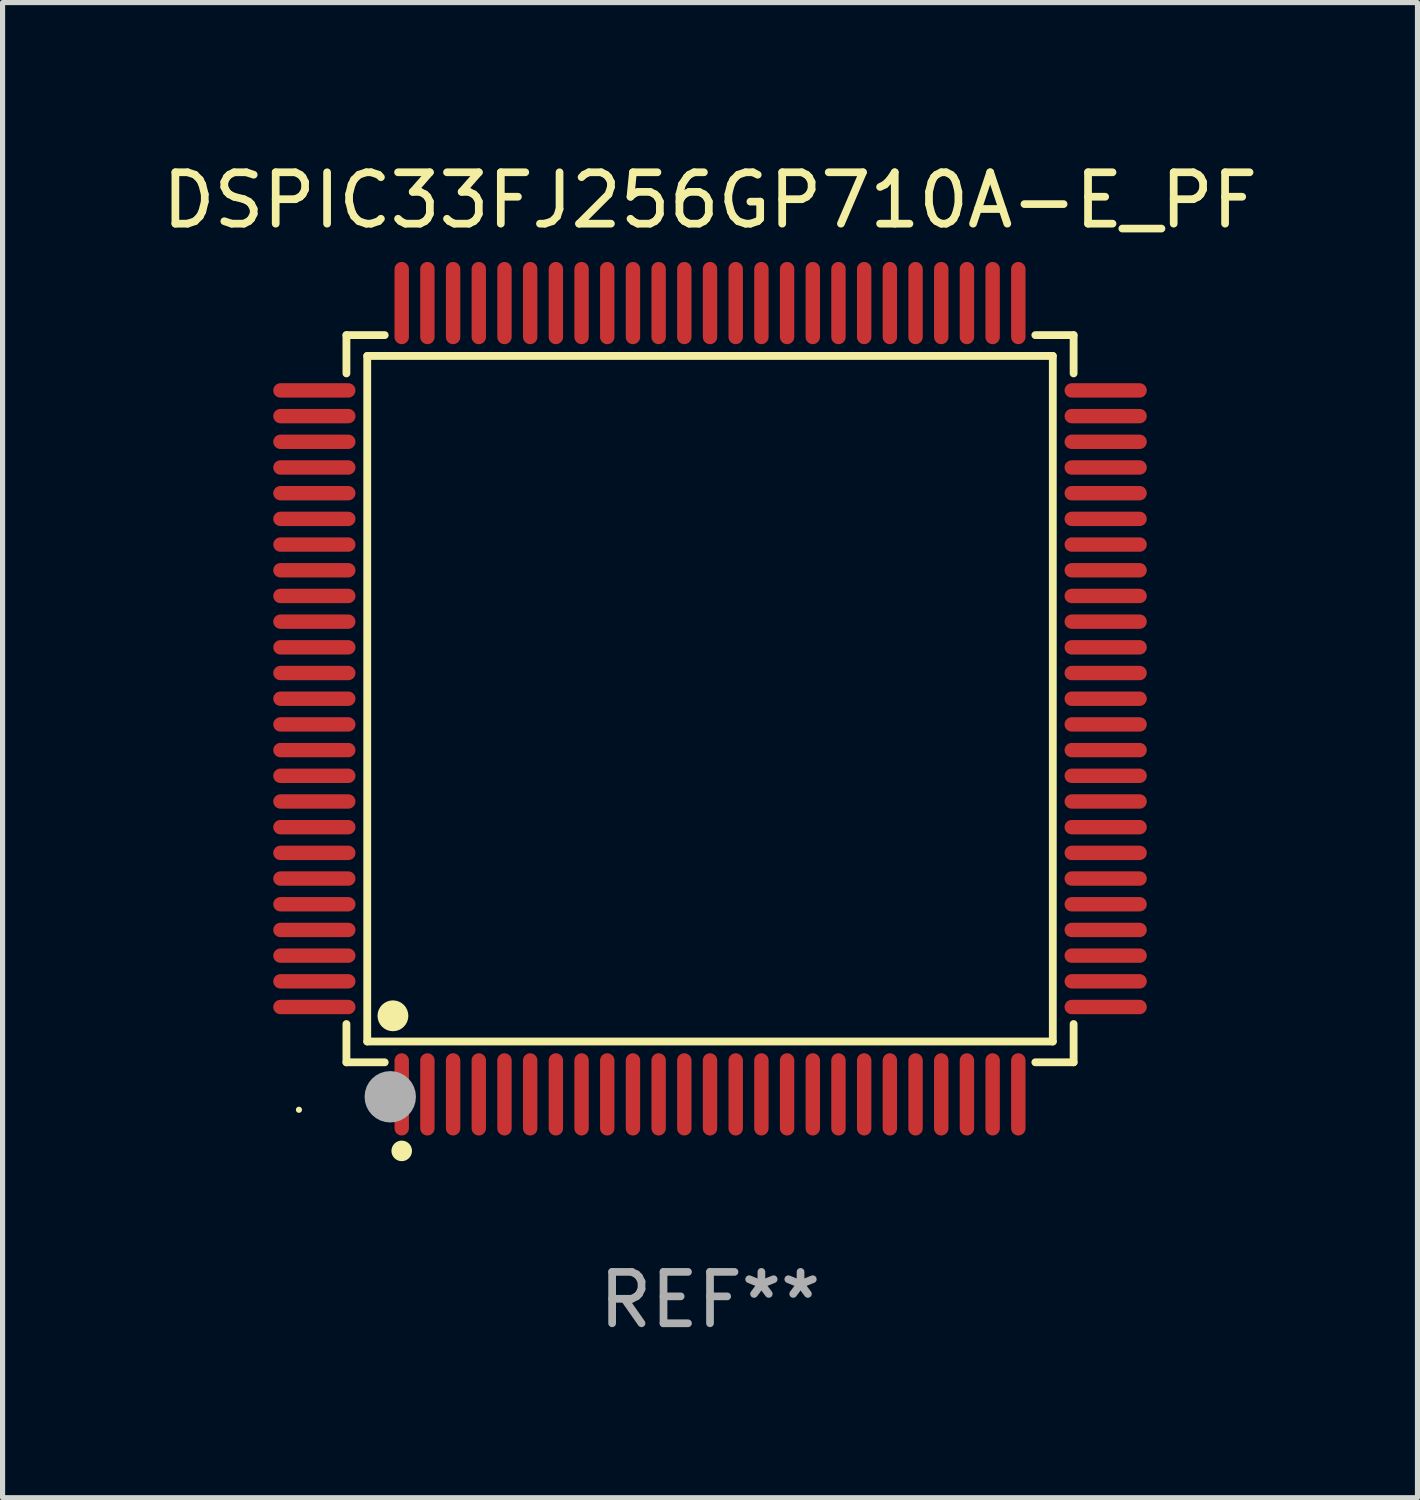
<source format=kicad_pcb>
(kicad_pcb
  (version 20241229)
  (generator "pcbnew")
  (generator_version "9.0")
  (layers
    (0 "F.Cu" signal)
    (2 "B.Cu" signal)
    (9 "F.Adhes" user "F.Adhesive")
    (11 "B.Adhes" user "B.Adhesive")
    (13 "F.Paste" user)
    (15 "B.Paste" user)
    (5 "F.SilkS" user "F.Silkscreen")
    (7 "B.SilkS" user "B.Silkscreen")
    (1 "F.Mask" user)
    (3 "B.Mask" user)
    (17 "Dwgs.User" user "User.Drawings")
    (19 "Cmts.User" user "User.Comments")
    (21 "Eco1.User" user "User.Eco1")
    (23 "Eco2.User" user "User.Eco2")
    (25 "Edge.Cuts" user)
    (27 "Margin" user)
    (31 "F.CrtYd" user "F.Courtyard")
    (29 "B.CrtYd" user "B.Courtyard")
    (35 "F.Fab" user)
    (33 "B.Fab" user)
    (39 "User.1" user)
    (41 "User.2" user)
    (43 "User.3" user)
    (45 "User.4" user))
  (footprint "DSPIC33FJ256GP710A-E_PF"
    (layer "F.Cu")
    (at 10.768 10.548)
    (property "Reference" "DSPIC33FJ256GP710A-E_PF" (at 0 -9.7 0) (layer "F.SilkS") (effects (font (size 1 1) (thickness 0.15))))
    (attr through_hole)
    (fp_line (start -7.076 -7.076) (end -6.331 -7.076) (stroke (width 0.152) (type solid)) (layer "F.SilkS"))
    (fp_line (start -7.076 -6.331) (end -7.076 -7.076) (stroke (width 0.152) (type solid)) (layer "F.SilkS"))
    (fp_line (start -7.076 6.331) (end -7.076 7.076) (stroke (width 0.152) (type solid)) (layer "F.SilkS"))
    (fp_line (start -7.076 7.076) (end -6.331 7.076) (stroke (width 0.152) (type solid)) (layer "F.SilkS"))
    (fp_line (start -6.671 -6.671) (end 6.671 -6.671) (stroke (width 0.152) (type solid)) (layer "F.SilkS"))
    (fp_line (start -6.671 6.671) (end -6.671 -6.671) (stroke (width 0.152) (type solid)) (layer "F.SilkS"))
    (fp_line (start 6.671 -6.671) (end 6.671 6.671) (stroke (width 0.152) (type solid)) (layer "F.SilkS"))
    (fp_line (start 6.671 6.671) (end -6.671 6.671) (stroke (width 0.152) (type solid)) (layer "F.SilkS"))
    (fp_line (start 7.076 -7.076) (end 6.331 -7.076) (stroke (width 0.152) (type solid)) (layer "F.SilkS"))
    (fp_line (start 7.076 -6.331) (end 7.076 -7.076) (stroke (width 0.152) (type solid)) (layer "F.SilkS"))
    (fp_line (start 7.076 6.331) (end 7.076 7.076) (stroke (width 0.152) (type solid)) (layer "F.SilkS"))
    (fp_line (start 7.076 7.076) (end 6.331 7.076) (stroke (width 0.152) (type solid)) (layer "F.SilkS"))
    (fp_circle (center -8 8) (end -7.97 8) (stroke (width 0.06) (type solid)) (fill no) (layer "F.SilkS"))
    (fp_circle (center -6.171 6.171) (end -6.021 6.171) (stroke (width 0.3) (type solid)) (fill no) (layer "F.SilkS"))
    (fp_circle (center -6 8.8) (end -5.9 8.8) (stroke (width 0.2) (type solid)) (fill no) (layer "F.SilkS"))
    (fp_circle (center -6.223 7.747) (end -5.973 7.747) (stroke (width 0.5) (type solid)) (fill no) (layer "F.Fab"))
    (fp_text user "REF**" (at 0 11.7 0) (layer "F.Fab") (effects (font (size 1 1) (thickness 0.15))))
    (pad "1" smd oval (at -6 7.7) (size 0.28 1.6) (layers "F.Cu" "F.Mask" "F.Paste"))
    (pad "2" smd oval (at -5.5 7.7) (size 0.28 1.6) (layers "F.Cu" "F.Mask" "F.Paste"))
    (pad "3" smd oval (at -5 7.7) (size 0.28 1.6) (layers "F.Cu" "F.Mask" "F.Paste"))
    (pad "4" smd oval (at -4.5 7.7) (size 0.28 1.6) (layers "F.Cu" "F.Mask" "F.Paste"))
    (pad "5" smd oval (at -4 7.7) (size 0.28 1.6) (layers "F.Cu" "F.Mask" "F.Paste"))
    (pad "6" smd oval (at -3.5 7.7) (size 0.28 1.6) (layers "F.Cu" "F.Mask" "F.Paste"))
    (pad "7" smd oval (at -3 7.7) (size 0.28 1.6) (layers "F.Cu" "F.Mask" "F.Paste"))
    (pad "8" smd oval (at -2.5 7.7) (size 0.28 1.6) (layers "F.Cu" "F.Mask" "F.Paste"))
    (pad "9" smd oval (at -2 7.7) (size 0.28 1.6) (layers "F.Cu" "F.Mask" "F.Paste"))
    (pad "10" smd oval (at -1.5 7.7) (size 0.28 1.6) (layers "F.Cu" "F.Mask" "F.Paste"))
    (pad "11" smd oval (at -1 7.7) (size 0.28 1.6) (layers "F.Cu" "F.Mask" "F.Paste"))
    (pad "12" smd oval (at -0.5 7.7) (size 0.28 1.6) (layers "F.Cu" "F.Mask" "F.Paste"))
    (pad "13" smd oval (at 0 7.7) (size 0.28 1.6) (layers "F.Cu" "F.Mask" "F.Paste"))
    (pad "14" smd oval (at 0.5 7.7) (size 0.28 1.6) (layers "F.Cu" "F.Mask" "F.Paste"))
    (pad "15" smd oval (at 1 7.7) (size 0.28 1.6) (layers "F.Cu" "F.Mask" "F.Paste"))
    (pad "16" smd oval (at 1.5 7.7) (size 0.28 1.6) (layers "F.Cu" "F.Mask" "F.Paste"))
    (pad "17" smd oval (at 2 7.7) (size 0.28 1.6) (layers "F.Cu" "F.Mask" "F.Paste"))
    (pad "18" smd oval (at 2.5 7.7) (size 0.28 1.6) (layers "F.Cu" "F.Mask" "F.Paste"))
    (pad "19" smd oval (at 3 7.7) (size 0.28 1.6) (layers "F.Cu" "F.Mask" "F.Paste"))
    (pad "20" smd oval (at 3.5 7.7) (size 0.28 1.6) (layers "F.Cu" "F.Mask" "F.Paste"))
    (pad "21" smd oval (at 4 7.7) (size 0.28 1.6) (layers "F.Cu" "F.Mask" "F.Paste"))
    (pad "22" smd oval (at 4.5 7.7) (size 0.28 1.6) (layers "F.Cu" "F.Mask" "F.Paste"))
    (pad "23" smd oval (at 5 7.7) (size 0.28 1.6) (layers "F.Cu" "F.Mask" "F.Paste"))
    (pad "24" smd oval (at 5.5 7.7) (size 0.28 1.6) (layers "F.Cu" "F.Mask" "F.Paste"))
    (pad "25" smd oval (at 6 7.7) (size 0.28 1.6) (layers "F.Cu" "F.Mask" "F.Paste"))
    (pad "26" smd oval (at 7.7 6) (size 1.6 0.28) (layers "F.Cu" "F.Mask" "F.Paste"))
    (pad "27" smd oval (at 7.7 5.5) (size 1.6 0.28) (layers "F.Cu" "F.Mask" "F.Paste"))
    (pad "28" smd oval (at 7.7 5) (size 1.6 0.28) (layers "F.Cu" "F.Mask" "F.Paste"))
    (pad "29" smd oval (at 7.7 4.5) (size 1.6 0.28) (layers "F.Cu" "F.Mask" "F.Paste"))
    (pad "30" smd oval (at 7.7 4) (size 1.6 0.28) (layers "F.Cu" "F.Mask" "F.Paste"))
    (pad "31" smd oval (at 7.7 3.5) (size 1.6 0.28) (layers "F.Cu" "F.Mask" "F.Paste"))
    (pad "32" smd oval (at 7.7 3) (size 1.6 0.28) (layers "F.Cu" "F.Mask" "F.Paste"))
    (pad "33" smd oval (at 7.7 2.5) (size 1.6 0.28) (layers "F.Cu" "F.Mask" "F.Paste"))
    (pad "34" smd oval (at 7.7 2) (size 1.6 0.28) (layers "F.Cu" "F.Mask" "F.Paste"))
    (pad "35" smd oval (at 7.7 1.5) (size 1.6 0.28) (layers "F.Cu" "F.Mask" "F.Paste"))
    (pad "36" smd oval (at 7.7 1) (size 1.6 0.28) (layers "F.Cu" "F.Mask" "F.Paste"))
    (pad "37" smd oval (at 7.7 0.5) (size 1.6 0.28) (layers "F.Cu" "F.Mask" "F.Paste"))
    (pad "38" smd oval (at 7.7 0) (size 1.6 0.28) (layers "F.Cu" "F.Mask" "F.Paste"))
    (pad "39" smd oval (at 7.7 -0.5) (size 1.6 0.28) (layers "F.Cu" "F.Mask" "F.Paste"))
    (pad "40" smd oval (at 7.7 -1) (size 1.6 0.28) (layers "F.Cu" "F.Mask" "F.Paste"))
    (pad "41" smd oval (at 7.7 -1.5) (size 1.6 0.28) (layers "F.Cu" "F.Mask" "F.Paste"))
    (pad "42" smd oval (at 7.7 -2) (size 1.6 0.28) (layers "F.Cu" "F.Mask" "F.Paste"))
    (pad "43" smd oval (at 7.7 -2.5) (size 1.6 0.28) (layers "F.Cu" "F.Mask" "F.Paste"))
    (pad "44" smd oval (at 7.7 -3) (size 1.6 0.28) (layers "F.Cu" "F.Mask" "F.Paste"))
    (pad "45" smd oval (at 7.7 -3.5) (size 1.6 0.28) (layers "F.Cu" "F.Mask" "F.Paste"))
    (pad "46" smd oval (at 7.7 -4) (size 1.6 0.28) (layers "F.Cu" "F.Mask" "F.Paste"))
    (pad "47" smd oval (at 7.7 -4.5) (size 1.6 0.28) (layers "F.Cu" "F.Mask" "F.Paste"))
    (pad "48" smd oval (at 7.7 -5) (size 1.6 0.28) (layers "F.Cu" "F.Mask" "F.Paste"))
    (pad "49" smd oval (at 7.7 -5.5) (size 1.6 0.28) (layers "F.Cu" "F.Mask" "F.Paste"))
    (pad "50" smd oval (at 7.7 -6) (size 1.6 0.28) (layers "F.Cu" "F.Mask" "F.Paste"))
    (pad "51" smd oval (at 6 -7.7) (size 0.28 1.6) (layers "F.Cu" "F.Mask" "F.Paste"))
    (pad "52" smd oval (at 5.5 -7.7) (size 0.28 1.6) (layers "F.Cu" "F.Mask" "F.Paste"))
    (pad "53" smd oval (at 5 -7.7) (size 0.28 1.6) (layers "F.Cu" "F.Mask" "F.Paste"))
    (pad "54" smd oval (at 4.5 -7.7) (size 0.28 1.6) (layers "F.Cu" "F.Mask" "F.Paste"))
    (pad "55" smd oval (at 4 -7.7) (size 0.28 1.6) (layers "F.Cu" "F.Mask" "F.Paste"))
    (pad "56" smd oval (at 3.5 -7.7) (size 0.28 1.6) (layers "F.Cu" "F.Mask" "F.Paste"))
    (pad "57" smd oval (at 3 -7.7) (size 0.28 1.6) (layers "F.Cu" "F.Mask" "F.Paste"))
    (pad "58" smd oval (at 2.5 -7.7) (size 0.28 1.6) (layers "F.Cu" "F.Mask" "F.Paste"))
    (pad "59" smd oval (at 2 -7.7) (size 0.28 1.6) (layers "F.Cu" "F.Mask" "F.Paste"))
    (pad "60" smd oval (at 1.5 -7.7) (size 0.28 1.6) (layers "F.Cu" "F.Mask" "F.Paste"))
    (pad "61" smd oval (at 1 -7.7) (size 0.28 1.6) (layers "F.Cu" "F.Mask" "F.Paste"))
    (pad "62" smd oval (at 0.5 -7.7) (size 0.28 1.6) (layers "F.Cu" "F.Mask" "F.Paste"))
    (pad "63" smd oval (at 0 -7.7) (size 0.28 1.6) (layers "F.Cu" "F.Mask" "F.Paste"))
    (pad "64" smd oval (at -0.5 -7.7) (size 0.28 1.6) (layers "F.Cu" "F.Mask" "F.Paste"))
    (pad "65" smd oval (at -1 -7.7) (size 0.28 1.6) (layers "F.Cu" "F.Mask" "F.Paste"))
    (pad "66" smd oval (at -1.5 -7.7) (size 0.28 1.6) (layers "F.Cu" "F.Mask" "F.Paste"))
    (pad "67" smd oval (at -2 -7.7) (size 0.28 1.6) (layers "F.Cu" "F.Mask" "F.Paste"))
    (pad "68" smd oval (at -2.5 -7.7) (size 0.28 1.6) (layers "F.Cu" "F.Mask" "F.Paste"))
    (pad "69" smd oval (at -3 -7.7) (size 0.28 1.6) (layers "F.Cu" "F.Mask" "F.Paste"))
    (pad "70" smd oval (at -3.5 -7.7) (size 0.28 1.6) (layers "F.Cu" "F.Mask" "F.Paste"))
    (pad "71" smd oval (at -4 -7.7) (size 0.28 1.6) (layers "F.Cu" "F.Mask" "F.Paste"))
    (pad "72" smd oval (at -4.5 -7.7) (size 0.28 1.6) (layers "F.Cu" "F.Mask" "F.Paste"))
    (pad "73" smd oval (at -5 -7.7) (size 0.28 1.6) (layers "F.Cu" "F.Mask" "F.Paste"))
    (pad "74" smd oval (at -5.5 -7.7) (size 0.28 1.6) (layers "F.Cu" "F.Mask" "F.Paste"))
    (pad "75" smd oval (at -6 -7.7) (size 0.28 1.6) (layers "F.Cu" "F.Mask" "F.Paste"))
    (pad "76" smd oval (at -7.7 -6) (size 1.6 0.28) (layers "F.Cu" "F.Mask" "F.Paste"))
    (pad "77" smd oval (at -7.7 -5.5) (size 1.6 0.28) (layers "F.Cu" "F.Mask" "F.Paste"))
    (pad "78" smd oval (at -7.7 -5) (size 1.6 0.28) (layers "F.Cu" "F.Mask" "F.Paste"))
    (pad "79" smd oval (at -7.7 -4.5) (size 1.6 0.28) (layers "F.Cu" "F.Mask" "F.Paste"))
    (pad "80" smd oval (at -7.7 -4) (size 1.6 0.28) (layers "F.Cu" "F.Mask" "F.Paste"))
    (pad "81" smd oval (at -7.7 -3.5) (size 1.6 0.28) (layers "F.Cu" "F.Mask" "F.Paste"))
    (pad "82" smd oval (at -7.7 -3) (size 1.6 0.28) (layers "F.Cu" "F.Mask" "F.Paste"))
    (pad "83" smd oval (at -7.7 -2.5) (size 1.6 0.28) (layers "F.Cu" "F.Mask" "F.Paste"))
    (pad "84" smd oval (at -7.7 -2) (size 1.6 0.28) (layers "F.Cu" "F.Mask" "F.Paste"))
    (pad "85" smd oval (at -7.7 -1.5) (size 1.6 0.28) (layers "F.Cu" "F.Mask" "F.Paste"))
    (pad "86" smd oval (at -7.7 -1) (size 1.6 0.28) (layers "F.Cu" "F.Mask" "F.Paste"))
    (pad "87" smd oval (at -7.7 -0.5) (size 1.6 0.28) (layers "F.Cu" "F.Mask" "F.Paste"))
    (pad "88" smd oval (at -7.7 0) (size 1.6 0.28) (layers "F.Cu" "F.Mask" "F.Paste"))
    (pad "89" smd oval (at -7.7 0.5) (size 1.6 0.28) (layers "F.Cu" "F.Mask" "F.Paste"))
    (pad "90" smd oval (at -7.7 1) (size 1.6 0.28) (layers "F.Cu" "F.Mask" "F.Paste"))
    (pad "91" smd oval (at -7.7 1.5) (size 1.6 0.28) (layers "F.Cu" "F.Mask" "F.Paste"))
    (pad "92" smd oval (at -7.7 2) (size 1.6 0.28) (layers "F.Cu" "F.Mask" "F.Paste"))
    (pad "93" smd oval (at -7.7 2.5) (size 1.6 0.28) (layers "F.Cu" "F.Mask" "F.Paste"))
    (pad "94" smd oval (at -7.7 3) (size 1.6 0.28) (layers "F.Cu" "F.Mask" "F.Paste"))
    (pad "95" smd oval (at -7.7 3.5) (size 1.6 0.28) (layers "F.Cu" "F.Mask" "F.Paste"))
    (pad "96" smd oval (at -7.7 4) (size 1.6 0.28) (layers "F.Cu" "F.Mask" "F.Paste"))
    (pad "97" smd oval (at -7.7 4.5) (size 1.6 0.28) (layers "F.Cu" "F.Mask" "F.Paste"))
    (pad "98" smd oval (at -7.7 5) (size 1.6 0.28) (layers "F.Cu" "F.Mask" "F.Paste"))
    (pad "99" smd oval (at -7.7 5.5) (size 1.6 0.28) (layers "F.Cu" "F.Mask" "F.Paste"))
    (pad "100" smd oval (at -7.7 6) (size 1.6 0.28) (layers "F.Cu" "F.Mask" "F.Paste")))
  (gr_rect
    (start -3 -3)
    (end 24.536 26.097)
    (stroke (width 0.1) (type default))
    (fill no)
    (layer "Edge.Cuts")))
</source>
